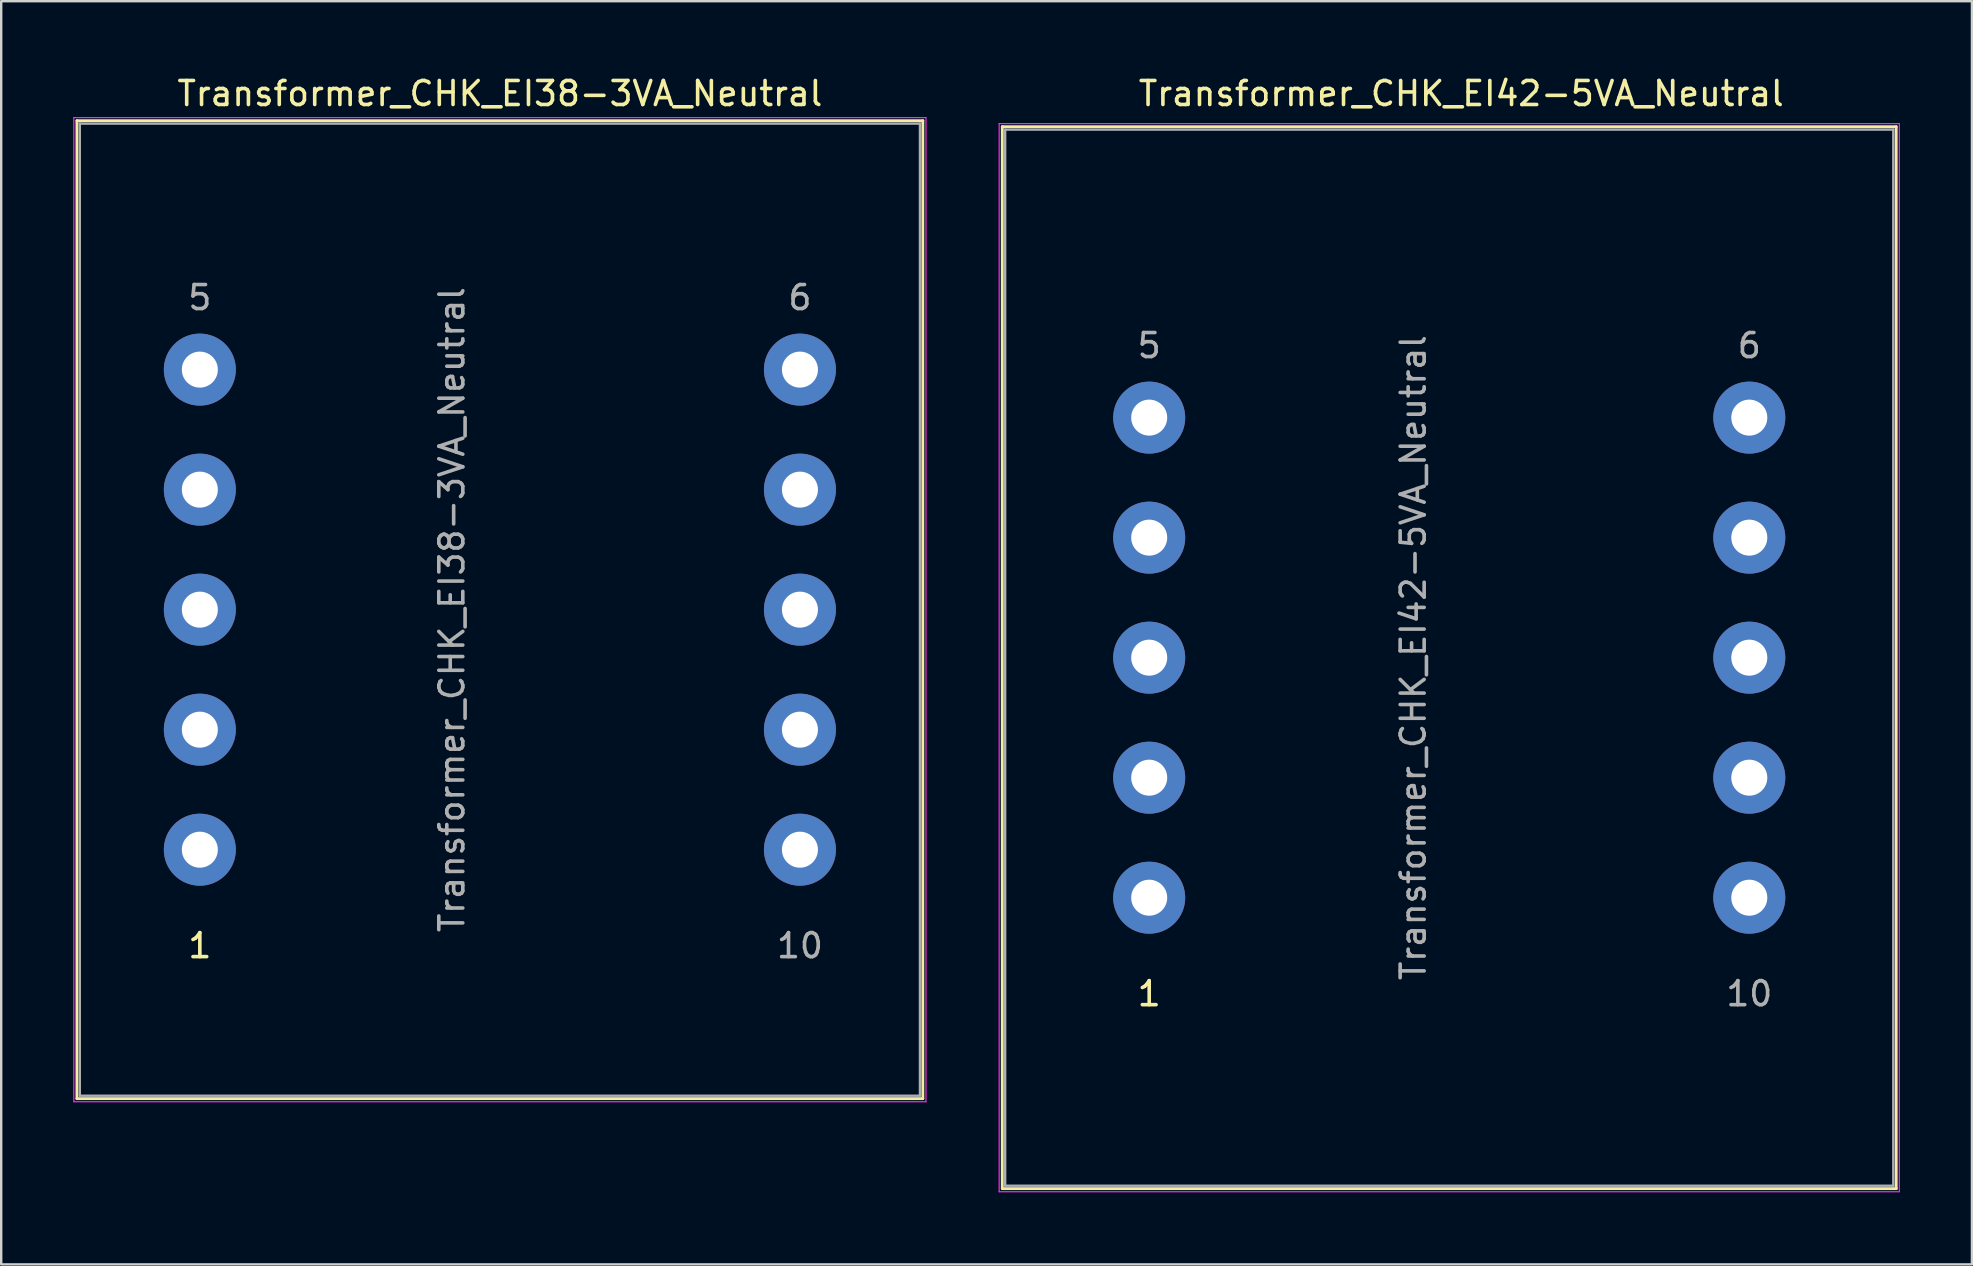
<source format=kicad_pcb>
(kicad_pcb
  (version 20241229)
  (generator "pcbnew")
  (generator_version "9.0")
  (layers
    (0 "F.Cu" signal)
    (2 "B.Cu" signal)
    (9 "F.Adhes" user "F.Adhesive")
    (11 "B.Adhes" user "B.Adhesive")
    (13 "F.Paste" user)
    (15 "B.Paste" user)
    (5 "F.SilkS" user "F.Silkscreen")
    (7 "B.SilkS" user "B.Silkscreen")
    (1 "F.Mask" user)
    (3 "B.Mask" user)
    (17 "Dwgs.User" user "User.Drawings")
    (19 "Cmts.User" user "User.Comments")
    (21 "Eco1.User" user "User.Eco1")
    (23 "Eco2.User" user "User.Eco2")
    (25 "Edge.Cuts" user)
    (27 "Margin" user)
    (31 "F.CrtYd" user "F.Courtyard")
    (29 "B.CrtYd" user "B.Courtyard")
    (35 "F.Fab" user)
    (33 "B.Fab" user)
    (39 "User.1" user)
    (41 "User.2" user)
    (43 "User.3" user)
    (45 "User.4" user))
  (footprint "Transformer_CHK_EI38-3VA_Neutral"
    (layer "F.Cu")
    (at 5.275 32.348)
    (property "Reference" "Transformer_CHK_EI38-3VA_Neutral" (at 12.5 -31.5 0) (layer "F.SilkS") (effects (font (size 1 1) (thickness 0.15))))
    (attr through_hole)
    (fp_line (start -5.12 -30.37) (end -5.12 10.37) (stroke (width 0.12) (type solid)) (layer "F.SilkS"))
    (fp_line (start -5.12 -30.37) (end 30.12 -30.37) (stroke (width 0.12) (type solid)) (layer "F.SilkS"))
    (fp_line (start 30.12 10.37) (end -5.12 10.37) (stroke (width 0.12) (type solid)) (layer "F.SilkS"))
    (fp_line (start 30.12 10.37) (end 30.12 -30.37) (stroke (width 0.12) (type solid)) (layer "F.SilkS"))
    (fp_line (start -5.25 -30.5) (end -5.25 10.5) (stroke (width 0.05) (type solid)) (layer "F.CrtYd"))
    (fp_line (start -5.25 -30.5) (end 30.25 -30.5) (stroke (width 0.05) (type solid)) (layer "F.CrtYd"))
    (fp_line (start 30.25 10.5) (end -5.25 10.5) (stroke (width 0.05) (type solid)) (layer "F.CrtYd"))
    (fp_line (start 30.25 10.5) (end 30.25 -30.5) (stroke (width 0.05) (type solid)) (layer "F.CrtYd"))
    (fp_line (start -5 -30.25) (end -5 10.25) (stroke (width 0.1) (type solid)) (layer "F.Fab"))
    (fp_line (start -5 10.25) (end 30 10.25) (stroke (width 0.1) (type solid)) (layer "F.Fab"))
    (fp_line (start 30 -30.25) (end -5 -30.25) (stroke (width 0.1) (type solid)) (layer "F.Fab"))
    (fp_line (start 30 10.25) (end 30 -30.25) (stroke (width 0.1) (type solid)) (layer "F.Fab"))
    (fp_text user "1" (at 0 4 0) (layer "F.SilkS") (effects (font (size 1 1) (thickness 0.15))))
    (fp_text user "6" (at 25 -23 0) (layer "F.Fab") (effects (font (size 1 1) (thickness 0.15))))
    (fp_text user "10" (at 25 4 0) (layer "F.Fab") (effects (font (size 1 1) (thickness 0.15))))
    (fp_text user "5" (at 0 -23 0) (layer "F.Fab") (effects (font (size 1 1) (thickness 0.15))))
    (fp_text user "${REFERENCE}" (at 10.5 -10 90) (layer "F.Fab") (effects (font (size 1 1) (thickness 0.15))))
    (pad "1" thru_hole circle (at 0 0) (size 3 3) (drill 1.5) (layers "*.Cu" "*.Mask"))
    (pad "2" thru_hole circle (at 0 -5) (size 3 3) (drill 1.5) (layers "*.Cu" "*.Mask"))
    (pad "3" thru_hole circle (at 0 -10) (size 3 3) (drill 1.5) (layers "*.Cu" "*.Mask"))
    (pad "4" thru_hole circle (at 0 -15) (size 3 3) (drill 1.5) (layers "*.Cu" "*.Mask"))
    (pad "5" thru_hole circle (at 0 -20) (size 3 3) (drill 1.5) (layers "*.Cu" "*.Mask"))
    (pad "6" thru_hole circle (at 25 -20) (size 3 3) (drill 1.5) (layers "*.Cu" "*.Mask"))
    (pad "7" thru_hole circle (at 25 -15) (size 3 3) (drill 1.5) (layers "*.Cu" "*.Mask"))
    (pad "8" thru_hole circle (at 25 -10) (size 3 3) (drill 1.5) (layers "*.Cu" "*.Mask"))
    (pad "9" thru_hole circle (at 25 -5) (size 3 3) (drill 1.5) (layers "*.Cu" "*.Mask"))
    (pad "10" thru_hole circle (at 25 0) (size 3 3) (drill 1.5) (layers "*.Cu" "*.Mask")))
  (footprint "Transformer_CHK_EI42-5VA_Neutral"
    (layer "F.Cu")
    (at 44.825 34.348)
    (property "Reference" "Transformer_CHK_EI42-5VA_Neutral" (at 13 -33.5 0) (layer "F.SilkS") (effects (font (size 1 1) (thickness 0.15))))
    (attr through_hole)
    (fp_line (start -6.12 -32.12) (end -6.12 12.12) (stroke (width 0.12) (type solid)) (layer "F.SilkS"))
    (fp_line (start -6.12 -32.12) (end 31.12 -32.12) (stroke (width 0.12) (type solid)) (layer "F.SilkS"))
    (fp_line (start 31.12 12.12) (end -6.12 12.12) (stroke (width 0.12) (type solid)) (layer "F.SilkS"))
    (fp_line (start 31.12 12.12) (end 31.12 -32.12) (stroke (width 0.12) (type solid)) (layer "F.SilkS"))
    (fp_line (start -6.25 -32.25) (end -6.25 12.25) (stroke (width 0.05) (type solid)) (layer "F.CrtYd"))
    (fp_line (start -6.25 -32.25) (end 31.25 -32.25) (stroke (width 0.05) (type solid)) (layer "F.CrtYd"))
    (fp_line (start 31.25 12.25) (end -6.25 12.25) (stroke (width 0.05) (type solid)) (layer "F.CrtYd"))
    (fp_line (start 31.25 12.25) (end 31.25 -32.25) (stroke (width 0.05) (type solid)) (layer "F.CrtYd"))
    (fp_line (start -6 -32) (end -6 12) (stroke (width 0.1) (type solid)) (layer "F.Fab"))
    (fp_line (start -6 12) (end 31 12) (stroke (width 0.1) (type solid)) (layer "F.Fab"))
    (fp_line (start 31 -32) (end -6 -32) (stroke (width 0.1) (type solid)) (layer "F.Fab"))
    (fp_line (start 31 12) (end 31 -32) (stroke (width 0.1) (type solid)) (layer "F.Fab"))
    (fp_text user "1" (at 0 4 0) (layer "F.SilkS") (effects (font (size 1 1) (thickness 0.15))))
    (fp_text user "10" (at 25 4 0) (layer "F.Fab") (effects (font (size 1 1) (thickness 0.15))))
    (fp_text user "6" (at 25 -23 0) (layer "F.Fab") (effects (font (size 1 1) (thickness 0.15))))
    (fp_text user "5" (at 0 -23 0) (layer "F.Fab") (effects (font (size 1 1) (thickness 0.15))))
    (fp_text user "${REFERENCE}" (at 11 -10 90) (layer "F.Fab") (effects (font (size 1 1) (thickness 0.15))))
    (pad "1" thru_hole circle (at 0 0) (size 3 3) (drill 1.5) (layers "*.Cu" "*.Mask"))
    (pad "2" thru_hole circle (at 0 -5) (size 3 3) (drill 1.5) (layers "*.Cu" "*.Mask"))
    (pad "3" thru_hole circle (at 0 -10) (size 3 3) (drill 1.5) (layers "*.Cu" "*.Mask"))
    (pad "4" thru_hole circle (at 0 -15) (size 3 3) (drill 1.5) (layers "*.Cu" "*.Mask"))
    (pad "5" thru_hole circle (at 0 -20) (size 3 3) (drill 1.5) (layers "*.Cu" "*.Mask"))
    (pad "6" thru_hole circle (at 25 -20) (size 3 3) (drill 1.5) (layers "*.Cu" "*.Mask"))
    (pad "7" thru_hole circle (at 25 -15) (size 3 3) (drill 1.5) (layers "*.Cu" "*.Mask"))
    (pad "8" thru_hole circle (at 25 -10) (size 3 3) (drill 1.5) (layers "*.Cu" "*.Mask"))
    (pad "9" thru_hole circle (at 25 -5) (size 3 3) (drill 1.5) (layers "*.Cu" "*.Mask"))
    (pad "10" thru_hole circle (at 25 0) (size 3 3) (drill 1.5) (layers "*.Cu" "*.Mask")))
  (gr_rect
    (start -3 -3)
    (end 79.1 49.623)
    (stroke (width 0.1) (type default))
    (fill no)
    (layer "Edge.Cuts")))
</source>
